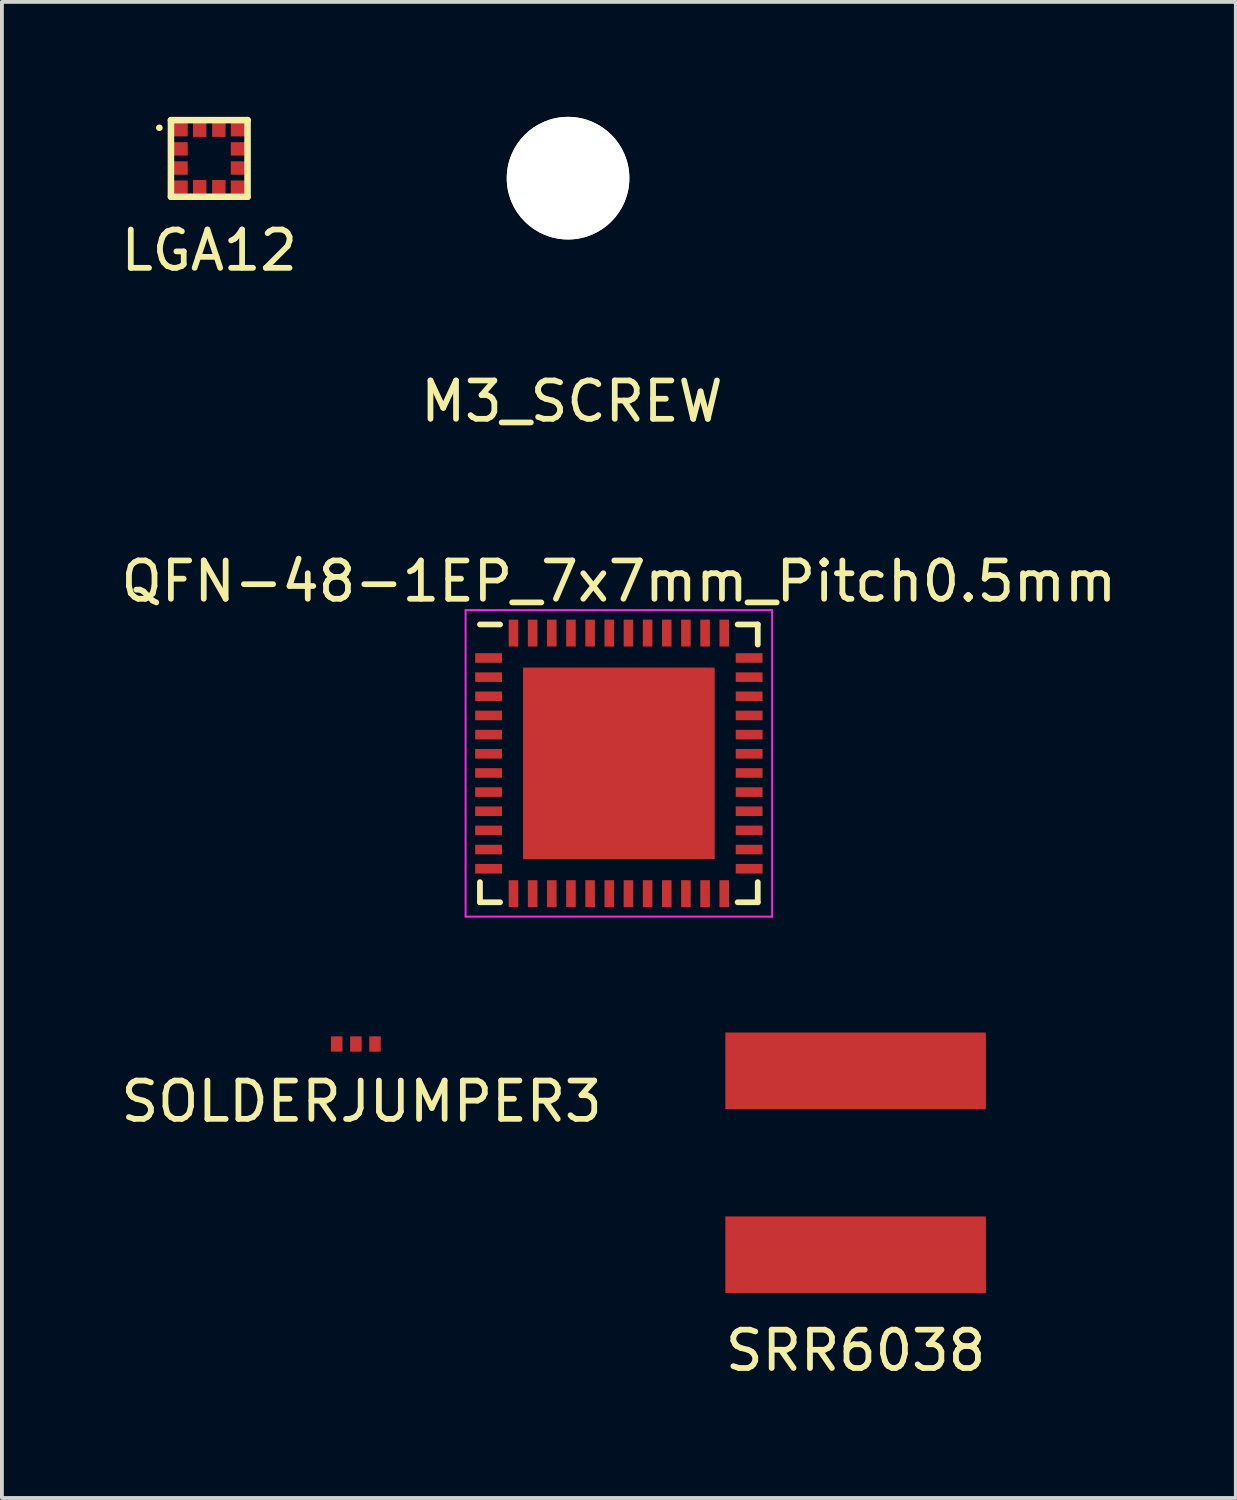
<source format=kicad_pcb>
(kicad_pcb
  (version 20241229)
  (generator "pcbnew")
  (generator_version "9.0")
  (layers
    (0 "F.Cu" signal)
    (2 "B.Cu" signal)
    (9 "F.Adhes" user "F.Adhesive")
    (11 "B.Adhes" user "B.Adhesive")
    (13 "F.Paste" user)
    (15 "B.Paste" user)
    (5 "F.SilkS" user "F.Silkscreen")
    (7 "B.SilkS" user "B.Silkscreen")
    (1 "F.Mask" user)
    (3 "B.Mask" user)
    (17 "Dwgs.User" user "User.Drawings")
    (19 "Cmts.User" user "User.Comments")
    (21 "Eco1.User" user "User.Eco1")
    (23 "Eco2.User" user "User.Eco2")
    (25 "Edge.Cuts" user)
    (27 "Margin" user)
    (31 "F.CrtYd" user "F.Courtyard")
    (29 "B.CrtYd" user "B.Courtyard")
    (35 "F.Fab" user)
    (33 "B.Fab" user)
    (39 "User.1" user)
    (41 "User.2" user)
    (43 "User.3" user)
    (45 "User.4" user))
  (footprint "SOLDERJUMPER3"
    (layer "F.Cu")
    (at 6.337 24.146)
    (property "Reference" "SOLDERJUMPER3" (at 0.05 1.55 0) (layer "F.SilkS") (effects (font (size 1 1) (thickness 0.15))))
    (attr through_hole)
    (pad "1" smd rect (at -0.6 0.05) (size 0.3 0.4) (layers "F.Cu" "F.Mask" "F.Paste"))
    (pad "2" smd rect (at -0.1 0.05) (size 0.3 0.4) (layers "F.Cu" "F.Mask" "F.Paste"))
    (pad "3" smd rect (at 0.4 0.05) (size 0.3 0.4) (layers "F.Cu" "F.Mask" "F.Paste")))
  (footprint "M3_SCREW"
    (layer "F.Cu")
    (at 11.775 1.65)
    (property "Reference" "M3_SCREW" (at 0.1 5.775 0) (layer "F.SilkS") (effects (font (size 1 1) (thickness 0.15))))
    (attr through_hole)
    (pad "" np_thru_hole circle (at 0 -0.05) (size 3.2 3.2) (drill 3.2) (layers "*.Cu" "*.Mask" "F.SilkS")))
  (footprint "QFN-48-1EP_7x7mm_Pitch0.5mm"
    (layer "F.Cu")
    (at 13.101 16.872)
    (property "Reference" "QFN-48-1EP_7x7mm_Pitch0.5mm" (at 0 -4.75 0) (layer "F.SilkS") (effects (font (size 1 1) (thickness 0.15))))
    (attr smd)
    (fp_line (start -3.625 -3.625) (end -3.1 -3.625) (stroke (width 0.15) (type solid)) (layer "F.SilkS"))
    (fp_line (start -3.625 3.625) (end -3.625 3.1) (stroke (width 0.15) (type solid)) (layer "F.SilkS"))
    (fp_line (start -3.625 3.625) (end -3.1 3.625) (stroke (width 0.15) (type solid)) (layer "F.SilkS"))
    (fp_line (start 3.625 -3.625) (end 3.1 -3.625) (stroke (width 0.15) (type solid)) (layer "F.SilkS"))
    (fp_line (start 3.625 -3.625) (end 3.625 -3.1) (stroke (width 0.15) (type solid)) (layer "F.SilkS"))
    (fp_line (start 3.625 3.625) (end 3.1 3.625) (stroke (width 0.15) (type solid)) (layer "F.SilkS"))
    (fp_line (start 3.625 3.625) (end 3.625 3.1) (stroke (width 0.15) (type solid)) (layer "F.SilkS"))
    (fp_line (start -4 -4) (end -4 4) (stroke (width 0.05) (type solid)) (layer "F.CrtYd"))
    (fp_line (start -4 -4) (end 4 -4) (stroke (width 0.05) (type solid)) (layer "F.CrtYd"))
    (fp_line (start -4 4) (end 4 4) (stroke (width 0.05) (type solid)) (layer "F.CrtYd"))
    (fp_line (start 4 -4) (end 4 4) (stroke (width 0.05) (type solid)) (layer "F.CrtYd"))
    (pad "1" smd rect (at -3.4 -2.75) (size 0.7 0.25) (layers "F.Cu" "F.Mask" "F.Paste"))
    (pad "2" smd rect (at -3.4 -2.25) (size 0.7 0.25) (layers "F.Cu" "F.Mask" "F.Paste"))
    (pad "3" smd rect (at -3.4 -1.75) (size 0.7 0.25) (layers "F.Cu" "F.Mask" "F.Paste"))
    (pad "4" smd rect (at -3.4 -1.25) (size 0.7 0.25) (layers "F.Cu" "F.Mask" "F.Paste"))
    (pad "5" smd rect (at -3.4 -0.75) (size 0.7 0.25) (layers "F.Cu" "F.Mask" "F.Paste"))
    (pad "6" smd rect (at -3.4 -0.25) (size 0.7 0.25) (layers "F.Cu" "F.Mask" "F.Paste"))
    (pad "7" smd rect (at -3.4 0.25) (size 0.7 0.25) (layers "F.Cu" "F.Mask" "F.Paste"))
    (pad "8" smd rect (at -3.4 0.75) (size 0.7 0.25) (layers "F.Cu" "F.Mask" "F.Paste"))
    (pad "9" smd rect (at -3.4 1.25) (size 0.7 0.25) (layers "F.Cu" "F.Mask" "F.Paste"))
    (pad "10" smd rect (at -3.4 1.75) (size 0.7 0.25) (layers "F.Cu" "F.Mask" "F.Paste"))
    (pad "11" smd rect (at -3.4 2.25) (size 0.7 0.25) (layers "F.Cu" "F.Mask" "F.Paste"))
    (pad "12" smd rect (at -3.4 2.75) (size 0.7 0.25) (layers "F.Cu" "F.Mask" "F.Paste"))
    (pad "13" smd rect (at -2.75 3.4 90) (size 0.7 0.25) (layers "F.Cu" "F.Mask" "F.Paste"))
    (pad "14" smd rect (at -2.25 3.4 90) (size 0.7 0.25) (layers "F.Cu" "F.Mask" "F.Paste"))
    (pad "15" smd rect (at -1.75 3.4 90) (size 0.7 0.25) (layers "F.Cu" "F.Mask" "F.Paste"))
    (pad "16" smd rect (at -1.25 3.4 90) (size 0.7 0.25) (layers "F.Cu" "F.Mask" "F.Paste"))
    (pad "17" smd rect (at -0.75 3.4 90) (size 0.7 0.25) (layers "F.Cu" "F.Mask" "F.Paste"))
    (pad "18" smd rect (at -0.25 3.4 90) (size 0.7 0.25) (layers "F.Cu" "F.Mask" "F.Paste"))
    (pad "19" smd rect (at 0.25 3.4 90) (size 0.7 0.25) (layers "F.Cu" "F.Mask" "F.Paste"))
    (pad "20" smd rect (at 0.75 3.4 90) (size 0.7 0.25) (layers "F.Cu" "F.Mask" "F.Paste"))
    (pad "21" smd rect (at 1.25 3.4 90) (size 0.7 0.25) (layers "F.Cu" "F.Mask" "F.Paste"))
    (pad "22" smd rect (at 1.75 3.4 90) (size 0.7 0.25) (layers "F.Cu" "F.Mask" "F.Paste"))
    (pad "23" smd rect (at 2.25 3.4 90) (size 0.7 0.25) (layers "F.Cu" "F.Mask" "F.Paste"))
    (pad "24" smd rect (at 2.75 3.4 90) (size 0.7 0.25) (layers "F.Cu" "F.Mask" "F.Paste"))
    (pad "25" smd rect (at 3.4 2.75) (size 0.7 0.25) (layers "F.Cu" "F.Mask" "F.Paste"))
    (pad "26" smd rect (at 3.4 2.25) (size 0.7 0.25) (layers "F.Cu" "F.Mask" "F.Paste"))
    (pad "27" smd rect (at 3.4 1.75) (size 0.7 0.25) (layers "F.Cu" "F.Mask" "F.Paste"))
    (pad "28" smd rect (at 3.4 1.25) (size 0.7 0.25) (layers "F.Cu" "F.Mask" "F.Paste"))
    (pad "29" smd rect (at 3.4 0.75) (size 0.7 0.25) (layers "F.Cu" "F.Mask" "F.Paste"))
    (pad "30" smd rect (at 3.4 0.25) (size 0.7 0.25) (layers "F.Cu" "F.Mask" "F.Paste"))
    (pad "31" smd rect (at 3.4 -0.25) (size 0.7 0.25) (layers "F.Cu" "F.Mask" "F.Paste"))
    (pad "32" smd rect (at 3.4 -0.75) (size 0.7 0.25) (layers "F.Cu" "F.Mask" "F.Paste"))
    (pad "33" smd rect (at 3.4 -1.25) (size 0.7 0.25) (layers "F.Cu" "F.Mask" "F.Paste"))
    (pad "34" smd rect (at 3.4 -1.75) (size 0.7 0.25) (layers "F.Cu" "F.Mask" "F.Paste"))
    (pad "35" smd rect (at 3.4 -2.25) (size 0.7 0.25) (layers "F.Cu" "F.Mask" "F.Paste"))
    (pad "36" smd rect (at 3.4 -2.75) (size 0.7 0.25) (layers "F.Cu" "F.Mask" "F.Paste"))
    (pad "37" smd rect (at 2.75 -3.4 90) (size 0.7 0.25) (layers "F.Cu" "F.Mask" "F.Paste"))
    (pad "38" smd rect (at 2.25 -3.4 90) (size 0.7 0.25) (layers "F.Cu" "F.Mask" "F.Paste"))
    (pad "39" smd rect (at 1.75 -3.4 90) (size 0.7 0.25) (layers "F.Cu" "F.Mask" "F.Paste"))
    (pad "40" smd rect (at 1.25 -3.4 90) (size 0.7 0.25) (layers "F.Cu" "F.Mask" "F.Paste"))
    (pad "41" smd rect (at 0.75 -3.4 90) (size 0.7 0.25) (layers "F.Cu" "F.Mask" "F.Paste"))
    (pad "42" smd rect (at 0.25 -3.4 90) (size 0.7 0.25) (layers "F.Cu" "F.Mask" "F.Paste"))
    (pad "43" smd rect (at -0.25 -3.4 90) (size 0.7 0.25) (layers "F.Cu" "F.Mask" "F.Paste"))
    (pad "44" smd rect (at -0.75 -3.4 90) (size 0.7 0.25) (layers "F.Cu" "F.Mask" "F.Paste"))
    (pad "45" smd rect (at -1.25 -3.4 90) (size 0.7 0.25) (layers "F.Cu" "F.Mask" "F.Paste"))
    (pad "46" smd rect (at -1.75 -3.4 90) (size 0.7 0.25) (layers "F.Cu" "F.Mask" "F.Paste"))
    (pad "47" smd rect (at -2.25 -3.4 90) (size 0.7 0.25) (layers "F.Cu" "F.Mask" "F.Paste"))
    (pad "48" smd rect (at -2.75 -3.4 90) (size 0.7 0.25) (layers "F.Cu" "F.Mask" "F.Paste"))
    (pad "49" smd rect (at 0 0) (size 5 5) (layers "F.Cu" "F.Mask" "F.Paste")))
  (footprint "SRR6038"
    (layer "F.Cu")
    (at 19.28 27.297)
    (property "Reference" "SRR6038" (at 0 4.9 0) (layer "F.SilkS") (effects (font (size 1 1) (thickness 0.15))))
    (attr through_hole)
    (pad "1" smd rect (at 0 -2.4) (size 6.8 2) (layers "F.Cu" "F.Mask" "F.Paste"))
    (pad "2" smd rect (at 0 2.4) (size 6.8 2) (layers "F.Cu" "F.Mask" "F.Paste")))
  (footprint "LGA12"
    (layer "F.Cu")
    (at 2.411 1.085)
    (property "Reference" "LGA12" (at 0 2.4 0) (layer "F.SilkS") (effects (font (size 1 1) (thickness 0.15))))
    (attr through_hole)
    (fp_line (start -1.305 -0.8) (end -1.3 -0.8) (stroke (width 0.17) (type solid)) (layer "F.SilkS"))
    (fp_line (start -1 -1) (end -1 1) (stroke (width 0.17) (type solid)) (layer "F.SilkS"))
    (fp_line (start -1 -1) (end 1 -1) (stroke (width 0.17) (type solid)) (layer "F.SilkS"))
    (fp_line (start -1 1) (end 1 1) (stroke (width 0.17) (type solid)) (layer "F.SilkS"))
    (fp_line (start 1 1) (end 1 -1) (stroke (width 0.17) (type solid)) (layer "F.SilkS"))
    (pad "1" smd rect (at -0.75 -0.75) (size 0.375 0.35) (layers "F.Cu" "F.Mask" "F.Paste"))
    (pad "2" smd rect (at -0.75 -0.25) (size 0.375 0.35) (layers "F.Cu" "F.Mask" "F.Paste"))
    (pad "3" smd rect (at -0.75 0.25) (size 0.375 0.35) (layers "F.Cu" "F.Mask" "F.Paste"))
    (pad "4" smd rect (at -0.75 0.75) (size 0.375 0.35) (layers "F.Cu" "F.Mask" "F.Paste"))
    (pad "5" smd rect (at -0.25 0.75) (size 0.35 0.375) (layers "F.Cu" "F.Mask" "F.Paste"))
    (pad "6" smd rect (at 0.25 0.75) (size 0.35 0.375) (layers "F.Cu" "F.Mask" "F.Paste"))
    (pad "7" smd rect (at 0.75 0.75) (size 0.375 0.35) (layers "F.Cu" "F.Mask" "F.Paste"))
    (pad "8" smd rect (at 0.75 0.25) (size 0.375 0.35) (layers "F.Cu" "F.Mask" "F.Paste"))
    (pad "9" smd rect (at 0.75 -0.25) (size 0.375 0.35) (layers "F.Cu" "F.Mask" "F.Paste"))
    (pad "10" smd rect (at 0.75 -0.75) (size 0.375 0.35) (layers "F.Cu" "F.Mask" "F.Paste"))
    (pad "11" smd rect (at 0.25 -0.75) (size 0.35 0.375) (layers "F.Cu" "F.Mask" "F.Paste"))
    (pad "12" smd rect (at -0.25 -0.75) (size 0.35 0.375) (layers "F.Cu" "F.Mask" "F.Paste")))
  (gr_rect
    (start -3 -3)
    (end 29.202 36.045)
    (stroke (width 0.1) (type default))
    (fill no)
    (layer "Edge.Cuts")))
</source>
